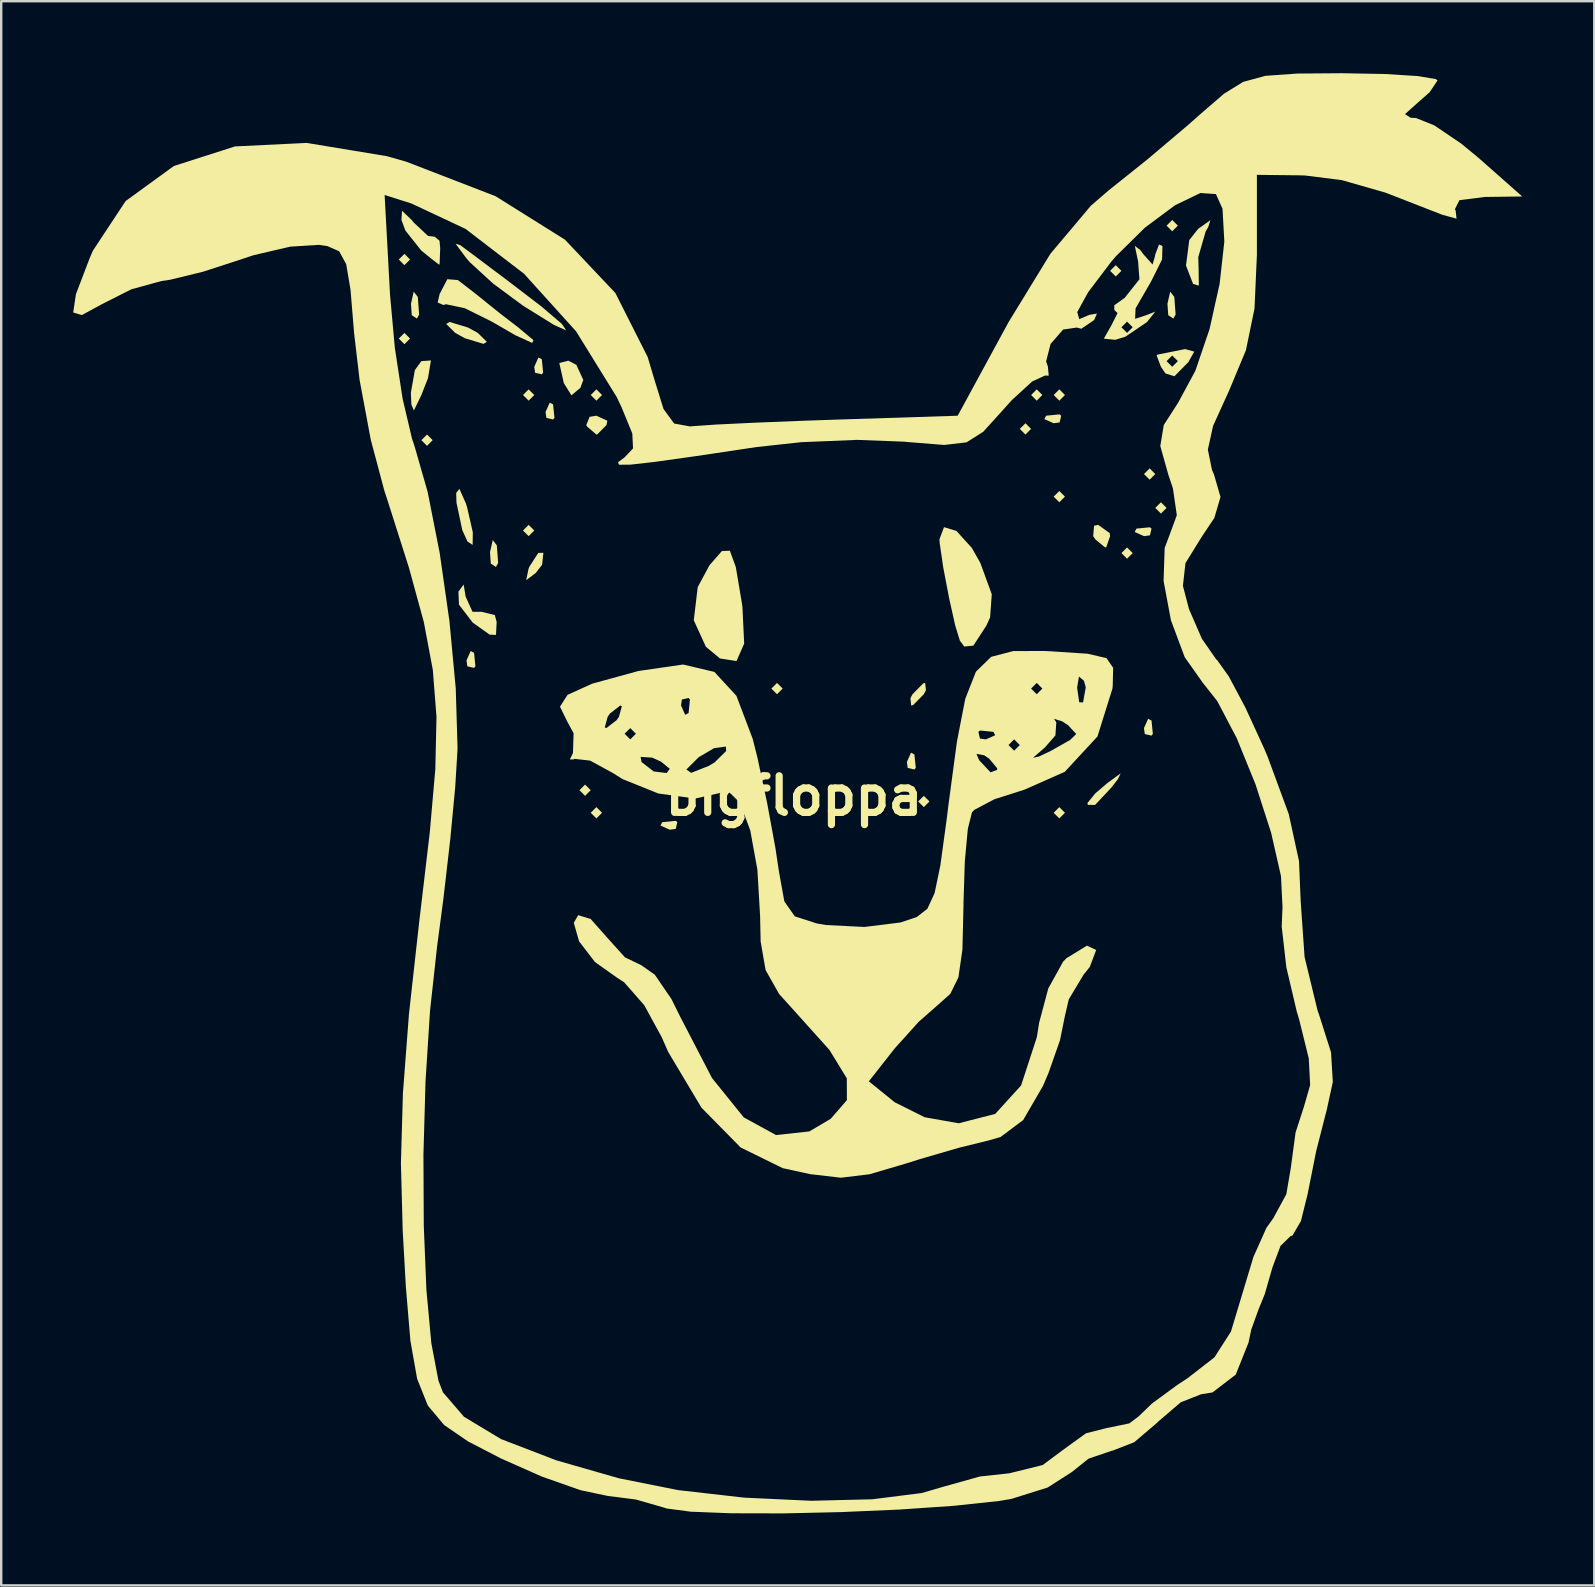
<source format=kicad_pcb>
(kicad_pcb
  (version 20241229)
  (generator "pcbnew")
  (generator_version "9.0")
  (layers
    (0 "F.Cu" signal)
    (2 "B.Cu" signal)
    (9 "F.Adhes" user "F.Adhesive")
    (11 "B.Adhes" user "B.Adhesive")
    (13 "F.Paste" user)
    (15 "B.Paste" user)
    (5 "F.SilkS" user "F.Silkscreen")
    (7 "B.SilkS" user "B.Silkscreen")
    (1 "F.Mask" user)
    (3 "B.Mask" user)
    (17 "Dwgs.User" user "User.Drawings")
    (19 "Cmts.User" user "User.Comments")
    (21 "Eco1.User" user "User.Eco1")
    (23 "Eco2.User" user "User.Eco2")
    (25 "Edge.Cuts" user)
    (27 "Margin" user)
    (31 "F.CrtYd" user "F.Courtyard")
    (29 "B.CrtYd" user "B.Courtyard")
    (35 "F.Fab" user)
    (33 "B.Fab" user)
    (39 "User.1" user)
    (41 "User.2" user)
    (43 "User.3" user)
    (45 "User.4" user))
  (footprint "bigfloppa"
    (layer "F.Cu")
    (at 30.026 30.104)
    (property "Reference" "bigfloppa" (at 0 0 0) (layer "F.SilkS") (effects (font (size 1.524 1.524) (thickness 0.3))))
    (attr board_only exclude_from_pos_files exclude_from_bom)
    (fp_poly (pts (xy -15.993 -22.343) (xy -16.228 -22.107) (xy -16.463 -22.343) (xy -16.228 -22.578)) (stroke (width 0) (type solid)) (fill yes) (layer "F.SilkS"))
    (fp_poly (pts (xy -15.993 -19.05) (xy -16.228 -18.815) (xy -16.463 -19.05) (xy -16.228 -19.285)) (stroke (width 0) (type solid)) (fill yes) (layer "F.SilkS"))
    (fp_poly (pts (xy -15.052 -14.817) (xy -15.287 -14.581) (xy -15.522 -14.817) (xy -15.287 -15.052)) (stroke (width 0) (type solid)) (fill yes) (layer "F.SilkS"))
    (fp_poly (pts (xy -10.819 -16.698) (xy -11.054 -16.463) (xy -11.289 -16.698) (xy -11.054 -16.933)) (stroke (width 0) (type solid)) (fill yes) (layer "F.SilkS"))
    (fp_poly (pts (xy -10.819 -11.054) (xy -11.054 -10.819) (xy -11.289 -11.054) (xy -11.054 -11.289)) (stroke (width 0) (type solid)) (fill yes) (layer "F.SilkS"))
    (fp_poly (pts (xy -8.467 -0.235) (xy -8.702 0) (xy -8.937 -0.235) (xy -8.702 -0.47)) (stroke (width 0) (type solid)) (fill yes) (layer "F.SilkS"))
    (fp_poly (pts (xy -7.996 -16.698) (xy -8.231 -16.463) (xy -8.467 -16.698) (xy -8.231 -16.933)) (stroke (width 0) (type solid)) (fill yes) (layer "F.SilkS"))
    (fp_poly (pts (xy -7.996 0.706) (xy -8.231 0.941) (xy -8.467 0.706) (xy -8.231 0.47)) (stroke (width 0) (type solid)) (fill yes) (layer "F.SilkS"))
    (fp_poly (pts (xy -0.47 -4.469) (xy -0.706 -4.233) (xy -0.941 -4.469) (xy -0.706 -4.704)) (stroke (width 0) (type solid)) (fill yes) (layer "F.SilkS"))
    (fp_poly (pts (xy 5.644 0.235) (xy 5.409 0.47) (xy 5.174 0.235) (xy 5.409 0)) (stroke (width 0) (type solid)) (fill yes) (layer "F.SilkS"))
    (fp_poly (pts (xy 9.878 -15.287) (xy 9.643 -15.052) (xy 9.407 -15.287) (xy 9.643 -15.522)) (stroke (width 0) (type solid)) (fill yes) (layer "F.SilkS"))
    (fp_poly (pts (xy 10.348 -16.698) (xy 10.113 -16.463) (xy 9.878 -16.698) (xy 10.113 -16.933)) (stroke (width 0) (type solid)) (fill yes) (layer "F.SilkS"))
    (fp_poly (pts (xy 11.289 -16.698) (xy 11.054 -16.463) (xy 10.819 -16.698) (xy 11.054 -16.933)) (stroke (width 0) (type solid)) (fill yes) (layer "F.SilkS"))
    (fp_poly (pts (xy 11.289 -12.465) (xy 11.054 -12.23) (xy 10.819 -12.465) (xy 11.054 -12.7)) (stroke (width 0) (type solid)) (fill yes) (layer "F.SilkS"))
    (fp_poly (pts (xy 11.289 0.706) (xy 11.054 0.941) (xy 10.819 0.706) (xy 11.054 0.47)) (stroke (width 0) (type solid)) (fill yes) (layer "F.SilkS"))
    (fp_poly (pts (xy 13.641 -21.872) (xy 13.406 -21.637) (xy 13.17 -21.872) (xy 13.406 -22.107)) (stroke (width 0) (type solid)) (fill yes) (layer "F.SilkS"))
    (fp_poly (pts (xy 14.111 -10.113) (xy 13.876 -9.878) (xy 13.641 -10.113) (xy 13.876 -10.348)) (stroke (width 0) (type solid)) (fill yes) (layer "F.SilkS"))
    (fp_poly (pts (xy 15.052 -13.406) (xy 14.817 -13.17) (xy 14.581 -13.406) (xy 14.817 -13.641)) (stroke (width 0) (type solid)) (fill yes) (layer "F.SilkS"))
    (fp_poly (pts (xy 15.522 -11.994) (xy 15.287 -11.759) (xy 15.052 -11.994) (xy 15.287 -12.23)) (stroke (width 0) (type solid)) (fill yes) (layer "F.SilkS"))
    (fp_poly (pts (xy 15.993 -23.754) (xy 15.757 -23.519) (xy 15.522 -23.754) (xy 15.757 -23.989)) (stroke (width 0) (type solid)) (fill yes) (layer "F.SilkS"))
    (fp_poly (pts (xy -15.671 -20.784) (xy -15.615 -20.049) (xy -15.708 -19.883) (xy -15.922 -20.023) (xy -15.955 -20.5) (xy -15.841 -21.002)) (stroke (width 0) (type solid)) (fill yes) (layer "F.SilkS"))
    (fp_poly (pts (xy -13.327 -5.958) (xy -13.271 -5.4) (xy -13.327 -5.331) (xy -13.607 -5.395) (xy -13.641 -5.644) (xy -13.469 -6.032)) (stroke (width 0) (type solid)) (fill yes) (layer "F.SilkS"))
    (fp_poly (pts (xy -12.379 -10.436) (xy -12.323 -9.701) (xy -12.416 -9.535) (xy -12.63 -9.675) (xy -12.663 -10.152) (xy -12.548 -10.654)) (stroke (width 0) (type solid)) (fill yes) (layer "F.SilkS"))
    (fp_poly (pts (xy -10.505 -18.188) (xy -10.449 -17.629) (xy -10.505 -17.56) (xy -10.785 -17.625) (xy -10.819 -17.874) (xy -10.646 -18.261)) (stroke (width 0) (type solid)) (fill yes) (layer "F.SilkS"))
    (fp_poly (pts (xy -10.035 -16.306) (xy -9.978 -15.748) (xy -10.035 -15.679) (xy -10.314 -15.744) (xy -10.348 -15.993) (xy -10.176 -16.38)) (stroke (width 0) (type solid)) (fill yes) (layer "F.SilkS"))
    (fp_poly (pts (xy -4.86 1.098) (xy -4.925 1.377) (xy -5.174 1.411) (xy -5.561 1.239) (xy -5.488 1.098) (xy -4.929 1.041)) (stroke (width 0) (type solid)) (fill yes) (layer "F.SilkS"))
    (fp_poly (pts (xy 5.017 -1.725) (xy 5.074 -1.166) (xy 5.017 -1.098) (xy 4.738 -1.162) (xy 4.704 -1.411) (xy 4.876 -1.798)) (stroke (width 0) (type solid)) (fill yes) (layer "F.SilkS"))
    (fp_poly (pts (xy 11.132 -15.836) (xy 11.068 -15.556) (xy 10.819 -15.522) (xy 10.431 -15.694) (xy 10.505 -15.836) (xy 11.063 -15.892)) (stroke (width 0) (type solid)) (fill yes) (layer "F.SilkS"))
    (fp_poly (pts (xy 14.895 -11.132) (xy 14.83 -10.852) (xy 14.581 -10.819) (xy 14.194 -10.991) (xy 14.268 -11.132) (xy 14.826 -11.188)) (stroke (width 0) (type solid)) (fill yes) (layer "F.SilkS"))
    (fp_poly (pts (xy 14.895 -3.136) (xy 14.951 -2.578) (xy 14.895 -2.509) (xy 14.615 -2.573) (xy 14.581 -2.822) (xy 14.754 -3.209)) (stroke (width 0) (type solid)) (fill yes) (layer "F.SilkS"))
    (fp_poly (pts (xy 15.844 -20.784) (xy 15.9 -20.049) (xy 15.806 -19.883) (xy 15.593 -20.023) (xy 15.559 -20.5) (xy 15.674 -21.002)) (stroke (width 0) (type solid)) (fill yes) (layer "F.SilkS"))
    (fp_poly (pts (xy -10.492 -9.628) (xy -10.76 -9.282) (xy -11.156 -8.985) (xy -11.057 -9.456) (xy -11.023 -9.545) (xy -10.651 -10.121) (xy -10.439 -10.125)) (stroke (width 0) (type solid)) (fill yes) (layer "F.SilkS"))
    (fp_poly (pts (xy -9.066 -17.954) (xy -8.776 -17.326) (xy -8.896 -16.999) (xy -9.271 -16.685) (xy -9.588 -17.196) (xy -9.776 -18.032) (xy -9.398 -18.128)) (stroke (width 0) (type solid)) (fill yes) (layer "F.SilkS"))
    (fp_poly (pts (xy -15.246 -17.401) (xy -15.522 -16.698) (xy -15.834 -16.053) (xy -15.939 -16.302) (xy -15.96 -16.788) (xy -15.794 -17.735) (xy -15.522 -18.109) (xy -15.123 -18.138)) (stroke (width 0) (type solid)) (fill yes) (layer "F.SilkS"))
    (fp_poly (pts (xy -13.573 -19.507) (xy -13.17 -19.285) (xy -12.794 -18.912) (xy -12.935 -18.829) (xy -13.708 -19.063) (xy -14.111 -19.285) (xy -14.488 -19.658) (xy -14.346 -19.741)) (stroke (width 0) (type solid)) (fill yes) (layer "F.SilkS"))
    (fp_poly (pts (xy -7.774 -15.627) (xy -7.81 -15.444) (xy -8.195 -15.058) (xy -8.231 -15.052) (xy -8.607 -15.374) (xy -8.653 -15.444) (xy -8.513 -15.79) (xy -8.231 -15.836)) (stroke (width 0) (type solid)) (fill yes) (layer "F.SilkS"))
    (fp_poly (pts (xy 5.497 -4.4) (xy 5.409 -4.233) (xy 4.966 -3.784) (xy 4.883 -3.763) (xy 4.851 -4.067) (xy 4.939 -4.233) (xy 5.382 -4.683) (xy 5.465 -4.704)) (stroke (width 0) (type solid)) (fill yes) (layer "F.SilkS"))
    (fp_poly (pts (xy 13.151 -10.947) (xy 13.17 -10.819) (xy 13.01 -10.36) (xy 12.963 -10.348) (xy 12.561 -10.678) (xy 12.465 -10.819) (xy 12.502 -11.252) (xy 12.672 -11.289)) (stroke (width 0) (type solid)) (fill yes) (layer "F.SilkS"))
    (fp_poly (pts (xy 13.493 -0.694) (xy 13.23 -0.353) (xy 12.544 0.379) (xy 12.237 0.375) (xy 12.23 0.293) (xy 12.551 -0.1) (xy 13.053 -0.53) (xy 13.61 -0.937)) (stroke (width 0) (type solid)) (fill yes) (layer "F.SilkS"))
    (fp_poly (pts (xy -13.664 -12.172) (xy -13.616 -12.018) (xy -13.38 -10.982) (xy -13.386 -10.454) (xy -13.602 -10.596) (xy -13.818 -11.072) (xy -14.06 -12.216) (xy -14.071 -12.621) (xy -13.937 -12.788)) (stroke (width 0) (type solid)) (fill yes) (layer "F.SilkS"))
    (fp_poly (pts (xy 17.254 -23.687) (xy 17.153 -23.519) (xy 16.843 -22.442) (xy 16.857 -21.99) (xy 16.866 -21.254) (xy 16.626 -21.328) (xy 16.331 -22.09) (xy 16.468 -23.152) (xy 16.837 -23.619) (xy 17.349 -23.983)) (stroke (width 0) (type solid)) (fill yes) (layer "F.SilkS"))
    (fp_poly (pts (xy -13.678 -8.299) (xy -13.391 -7.667) (xy -13.014 -7.666) (xy -12.462 -7.531) (xy -12.386 -7.246) (xy -12.413 -6.704) (xy -12.677 -6.715) (xy -13.38 -7.214) (xy -13.956 -7.966) (xy -13.978 -8.508) (xy -13.76 -8.803)) (stroke (width 0) (type solid)) (fill yes) (layer "F.SilkS"))
    (fp_poly (pts (xy -2.423 -9.532) (xy -2.172 -8.043) (xy -2.148 -7.879) (xy -2.074 -6.343) (xy -2.394 -5.614) (xy -3.082 -5.722) (xy -3.669 -6.209) (xy -4.174 -7.314) (xy -4.01 -8.694) (xy -3.518 -9.608) (xy -3.003 -10.198) (xy -2.669 -10.211)) (stroke (width 0) (type solid)) (fill yes) (layer "F.SilkS"))
    (fp_poly (pts (xy -15.92 -23.984) (xy -15.835 -23.879) (xy -15.245 -23.326) (xy -14.966 -23.291) (xy -14.767 -23.128) (xy -14.738 -22.813) (xy -14.76 -22.194) (xy -14.777 -22.122) (xy -15.119 -22.386) (xy -15.522 -22.712) (xy -16.189 -23.55) (xy -16.352 -23.991) (xy -16.328 -24.375)) (stroke (width 0) (type solid)) (fill yes) (layer "F.SilkS"))
    (fp_poly (pts (xy -14.002 -21.487) (xy -13.293 -20.94) (xy -12.217 -20.075) (xy -11.524 -19.544) (xy -10.851 -18.982) (xy -10.907 -18.869) (xy -11.605 -19.187) (xy -12.611 -19.768) (xy -13.712 -20.313) (xy -14.498 -20.48) (xy -14.604 -20.447) (xy -14.843 -20.55) (xy -14.761 -20.907) (xy -14.441 -21.523)) (stroke (width 0) (type solid)) (fill yes) (layer "F.SilkS"))
    (fp_poly (pts (xy -13.906 -22.943) (xy -13.412 -22.578) (xy -12.493 -21.887) (xy -12.001 -21.519) (xy -10.516 -20.383) (xy -9.669 -19.66) (xy -9.488 -19.391) (xy -9.996 -19.617) (xy -11.221 -20.377) (xy -11.297 -20.426) (xy -12.533 -21.34) (xy -13.505 -22.23) (xy -13.649 -22.398) (xy -14.096 -22.999)) (stroke (width 0) (type solid)) (fill yes) (layer "F.SilkS"))
    (fp_poly (pts (xy 6.768 -11.036) (xy 7.41 -10.328) (xy 7.762 -9.707) (xy 8.24 -8.398) (xy 8.171 -7.436) (xy 8.016 -7.092) (xy 7.475 -6.259) (xy 7.093 -6.219) (xy 6.91 -6.468) (xy 6.717 -7.098) (xy 6.459 -8.254) (xy 6.216 -9.532) (xy 6.071 -10.529) (xy 6.059 -10.685) (xy 6.251 -11.193)) (stroke (width 0) (type solid)) (fill yes) (layer "F.SilkS"))
    (fp_poly (pts (xy 16.675 -18.506) (xy 16.432 -18.071) (xy 15.848 -17.479) (xy 15.478 -17.595) (xy 15.287 -17.874) (xy 15.198 -18.109) (xy 15.522 -18.109) (xy 15.757 -17.874) (xy 15.993 -18.109) (xy 15.757 -18.344) (xy 15.522 -18.109) (xy 15.198 -18.109) (xy 15.11 -18.341) (xy 15.142 -18.38) (xy 16.294 -18.612)) (stroke (width 0) (type solid)) (fill yes) (layer "F.SilkS"))
    (fp_poly (pts (xy 15.351 -22.906) (xy 15.335 -22.348) (xy 14.88 -21.433) (xy 14.232 -20.311) (xy 14.211 -19.872) (xy 14.699 -20.032) (xy 15.051 -20.172) (xy 14.718 -19.751) (xy 14.704 -19.735) (xy 13.804 -19.126) (xy 13.384 -18.998) (xy 12.909 -19.046) (xy 13.178 -19.52) (xy 13.641 -19.52) (xy 13.876 -19.285) (xy 14.111 -19.52) (xy 13.876 -19.756) (xy 13.641 -19.52) (xy 13.178 -19.52) (xy 13.195 -19.55) (xy 13.202 -19.558) (xy 13.48 -20.111) (xy 13.346 -20.24) (xy 13.345 -20.438) (xy 13.779 -20.746) (xy 14.392 -21.52) (xy 14.336 -22.26) (xy 14.201 -22.909) (xy 14.428 -22.738) (xy 14.543 -22.578) (xy 14.939 -22.134) (xy 15.044 -22.498) (xy 15.045 -22.539) (xy 15.208 -22.968)) (stroke (width 0) (type solid)) (fill yes) (layer "F.SilkS"))
    (fp_poly (pts (xy 10.73 -6.02) (xy 12.238 -5.92) (xy 13.021 -5.735) (xy 13.297 -5.333) (xy 13.279 -4.584) (xy 13.268 -4.469) (xy 12.643 -2.472) (xy 11.281 -1) (xy 9.598 -0.256) (xy 8.343 0.145) (xy 7.515 0.583) (xy 7.416 0.685) (xy 7.244 1.372) (xy 7.118 2.718) (xy 7.063 4.44) (xy 7.063 4.559) (xy 7.017 6.411) (xy 6.851 7.562) (xy 6.512 8.25) (xy 6.132 8.59) (xy 5.195 9.415) (xy 4.199 10.52) (xy 4.164 10.565) (xy 3.119 11.893) (xy 4.199 12.767) (xy 5.446 13.39) (xy 6.862 13.641) (xy 8.383 13.251) (xy 9.462 12.065) (xy 10.117 10.058) (xy 10.215 9.445) (xy 10.595 8.023) (xy 11.212 6.91) (xy 11.351 6.764) (xy 12.205 6.241) (xy 12.59 6.42) (xy 12.323 7.13) (xy 12.07 7.442) (xy 11.448 8.478) (xy 11.279 9.209) (xy 11.083 10.179) (xy 10.604 11.546) (xy 10.368 12.095) (xy 9.548 13.507) (xy 8.608 14.211) (xy 8.144 14.347) (xy 6.864 14.663) (xy 5.249 15.133) (xy 4.704 15.306) (xy 3.144 15.765) (xy 1.956 15.909) (xy 0.659 15.758) (xy -0.47 15.51) (xy -2.222 14.649) (xy -3.855 12.989) (xy -5.239 10.67) (xy -5.512 10.05) (xy -6.237 8.723) (xy -7.077 7.765) (xy -7.375 7.573) (xy -8.291 6.923) (xy -8.951 6.063) (xy -9.173 5.291) (xy -8.99 4.971) (xy -8.469 5.131) (xy -7.806 5.878) (xy -7.802 5.884) (xy -7.042 6.727) (xy -6.361 7.056) (xy -5.797 7.452) (xy -5.107 8.461) (xy -4.743 9.193) (xy -3.415 11.755) (xy -2.092 13.395) (xy -0.749 14.131) (xy 0.641 13.98) (xy 1.529 13.456) (xy 2.205 12.677) (xy 2.201 11.768) (xy 1.479 10.587) (xy 0.47 9.464) (xy -0.621 8.251) (xy -1.183 7.256) (xy -1.388 6.069) (xy -1.411 5.009) (xy -1.523 3.081) (xy -1.819 1.447) (xy -2.244 0.293) (xy -2.74 -0.193) (xy -2.972 -0.143) (xy -4.121 0.113) (xy -5.646 -0.096) (xy -7.15 -0.701) (xy -7.524 -0.939) (xy -8.492 -1.468) (xy -9.145 -1.541) (xy -9.183 -1.515) (xy -9.334 -1.519) (xy -9.284 -1.623) (xy -6.39 -1.623) (xy -6.347 -1.406) (xy -5.844 -1.016) (xy -5.304 -0.95) (xy -5.195 -1.097) (xy -4.483 -1.097) (xy -4.284 -0.957) (xy -3.554 -1.245) (xy -3.306 -1.393) (xy -2.825 -1.867) (xy -2.837 -2.053) (xy -3.334 -1.984) (xy -3.971 -1.608) (xy -4.483 -1.097) (xy -5.195 -1.097) (xy -5.174 -1.126) (xy -5.543 -1.428) (xy -5.904 -1.591) (xy -6.39 -1.623) (xy -9.284 -1.623) (xy -9.207 -1.784) (xy -9.181 -2.587) (xy -7.056 -2.587) (xy -6.82 -2.352) (xy -6.585 -2.587) (xy -6.82 -2.822) (xy -7.056 -2.587) (xy -9.181 -2.587) (xy -9.18 -2.606) (xy -9.313 -2.853) (xy -7.881 -2.853) (xy -7.817 -2.822) (xy -7.387 -3.153) (xy -7.291 -3.293) (xy -7.171 -3.732) (xy -7.235 -3.763) (xy -4.704 -3.763) (xy -4.532 -3.376) (xy -4.39 -3.449) (xy -4.334 -4.008) (xy -4.39 -4.077) (xy -4.67 -4.012) (xy -4.704 -3.763) (xy -7.235 -3.763) (xy -7.664 -3.432) (xy -7.761 -3.293) (xy -7.881 -2.853) (xy -9.313 -2.853) (xy -9.454 -3.114) (xy -9.748 -3.714) (xy -9.432 -4.209) (xy -8.4 -4.674) (xy -6.547 -5.183) (xy -6.46 -5.204) (xy -4.618 -5.471) (xy -3.314 -5.162) (xy -2.398 -4.167) (xy -1.72 -2.377) (xy -1.526 -1.609) (xy -1.116 0.305) (xy -0.769 2.197) (xy -0.628 3.141) (xy -0.401 4.399) (xy 0.036 5.022) (xy 0.95 5.316) (xy 1.338 5.382) (xy 2.932 5.462) (xy 4.419 5.278) (xy 4.467 5.265) (xy 5.119 5.047) (xy 5.558 4.705) (xy 5.86 4.05) (xy 6.099 2.895) (xy 6.352 1.05) (xy 6.441 0.335) (xy 6.72 -1.747) (xy 7.602 -1.747) (xy 7.716 -1.484) (xy 8.19 -0.979) (xy 8.462 -1.082) (xy 8.467 -1.148) (xy 8.133 -1.546) (xy 8.077 -1.585) (xy 9.958 -1.585) (xy 10.201 -1.636) (xy 10.701 -1.872) (xy 11.502 -2.327) (xy 11.759 -2.576) (xy 11.418 -2.945) (xy 11.171 -3.105) (xy 10.835 -3.208) (xy 10.929 -3.062) (xy 10.891 -2.515) (xy 10.458 -2.02) (xy 9.958 -1.585) (xy 8.077 -1.585) (xy 7.924 -1.691) (xy 7.602 -1.747) (xy 6.72 -1.747) (xy 6.77 -2.117) (xy 8.937 -2.117) (xy 9.172 -1.881) (xy 9.407 -2.117) (xy 9.172 -2.352) (xy 8.937 -2.117) (xy 6.77 -2.117) (xy 6.788 -2.251) (xy 6.868 -2.665) (xy 7.683 -2.665) (xy 7.747 -2.386) (xy 7.996 -2.352) (xy 8.383 -2.524) (xy 8.31 -2.665) (xy 7.752 -2.722) (xy 7.683 -2.665) (xy 6.868 -2.665) (xy 7.136 -4.041) (xy 7.304 -4.469) (xy 9.878 -4.469) (xy 10.113 -4.233) (xy 10.348 -4.469) (xy 10.309 -4.508) (xy 11.796 -4.508) (xy 11.883 -3.898) (xy 12.043 -3.89) (xy 12.156 -4.52) (xy 12.081 -4.792) (xy 11.872 -4.97) (xy 11.796 -4.508) (xy 10.309 -4.508) (xy 10.113 -4.704) (xy 9.878 -4.469) (xy 7.304 -4.469) (xy 7.581 -5.174) (xy 8.216 -5.791) (xy 9.137 -6.031) (xy 10.436 -6.034)) (stroke (width 0) (type solid)) (fill yes) (layer "F.SilkS"))
    (fp_poly (pts (xy 24.621 -30.071) (xy 26.002 -29.984) (xy 26.743 -29.858) (xy 26.811 -29.803) (xy 26.482 -29.312) (xy 25.988 -28.877) (xy 25.455 -28.399) (xy 25.691 -28.247) (xy 25.91 -28.237) (xy 26.67 -27.934) (xy 27.793 -27.175) (xy 28.497 -26.596) (xy 30.339 -24.969) (xy 28.782 -24.949) (xy 27.722 -24.815) (xy 27.534 -24.439) (xy 27.566 -24.379) (xy 27.601 -24.044) (xy 27.006 -24.208) (xy 24.644 -25.128) (xy 22.827 -25.649) (xy 21.286 -25.844) (xy 21.049 -25.85) (xy 19.285 -25.87) (xy 19.285 -22.528) (xy 19.186 -20.301) (xy 18.828 -18.562) (xy 18.124 -16.874) (xy 17.46 -15.413) (xy 17.242 -14.424) (xy 17.413 -13.584) (xy 17.499 -13.385) (xy 17.769 -12.45) (xy 17.513 -11.578) (xy 16.984 -10.787) (xy 16.309 -9.694) (xy 16.203 -8.749) (xy 16.457 -7.778) (xy 16.993 -6.546) (xy 17.587 -5.69) (xy 17.633 -5.65) (xy 18.114 -4.977) (xy 18.804 -3.68) (xy 19.57 -2.012) (xy 19.737 -1.618) (xy 20.613 0.761) (xy 21.04 2.719) (xy 21.109 4.384) (xy 21.271 6.711) (xy 21.814 8.949) (xy 21.872 9.107) (xy 22.374 10.686) (xy 22.448 11.921) (xy 22.198 13.069) (xy 21.756 14.796) (xy 21.408 16.542) (xy 21.401 16.581) (xy 21.12 17.713) (xy 20.769 18.315) (xy 20.684 18.344) (xy 20.27 18.747) (xy 19.935 19.638) (xy 19.613 20.757) (xy 19.351 21.402) (xy 19.048 22.244) (xy 18.937 22.776) (xy 18.404 24.111) (xy 17.436 24.853) (xy 16.961 24.93) (xy 16.115 25.263) (xy 15.172 26.069) (xy 15.14 26.106) (xy 14.178 26.926) (xy 13.269 27.281) (xy 13.246 27.281) (xy 12.273 27.612) (xy 11.565 28.177) (xy 10.566 28.815) (xy 9.057 29.289) (xy 8.552 29.375) (xy 6.668 29.576) (xy 4.397 29.733) (xy 1.951 29.839) (xy -0.455 29.893) (xy -2.609 29.888) (xy -4.296 29.822) (xy -5.304 29.689) (xy -5.409 29.653) (xy -6.587 29.315) (xy -7.761 29.165) (xy -8.896 28.925) (xy -10.505 28.358) (xy -12.209 27.603) (xy -13.581 26.892) (xy -14.572 26.213) (xy -15.254 25.399) (xy -15.699 24.283) (xy -15.98 22.695) (xy -16.167 20.47) (xy -16.3 18.109) (xy -16.374 15.311) (xy -16.291 12.388) (xy -16.038 9.08) (xy -15.599 5.13) (xy -15.562 4.831) (xy -15.171 1.515) (xy -14.941 -1.11) (xy -14.892 -3.285) (xy -15.045 -5.25) (xy -15.421 -7.245) (xy -16.041 -9.508) (xy -16.923 -12.281) (xy -17.061 -12.7) (xy -17.63 -14.836) (xy -18.095 -17.321) (xy -18.325 -19.285) (xy -18.474 -21.084) (xy -18.654 -22.149) (xy -18.947 -22.686) (xy -19.436 -22.901) (xy -19.797 -22.954) (xy -20.986 -22.879) (xy -22.522 -22.52) (xy -23.09 -22.33) (xy -24.623 -21.833) (xy -25.989 -21.5) (xy -26.35 -21.447) (xy -27.607 -21.101) (xy -28.819 -20.489) (xy -29.666 -20.028) (xy -30.026 -20.137) (xy -29.913 -20.898) (xy -29.342 -22.394) (xy -29.208 -22.708) (xy -27.841 -24.78) (xy -27.495 -25.031) (xy -17.053 -25.031) (xy -16.827 -20.865) (xy -16.628 -18.666) (xy -16.304 -16.546) (xy -15.914 -14.887) (xy -15.811 -14.581) (xy -15.259 -12.656) (xy -14.758 -10.114) (xy -14.353 -7.28) (xy -14.09 -4.48) (xy -14.016 -2.036) (xy -14.019 -1.881) (xy -14.113 -0.348) (xy -14.318 1.805) (xy -14.602 4.269) (xy -14.868 6.284) (xy -15.161 8.948) (xy -15.349 11.897) (xy -15.436 14.946) (xy -15.422 17.905) (xy -15.312 20.587) (xy -15.107 22.803) (xy -14.81 24.366) (xy -14.625 24.847) (xy -13.747 25.867) (xy -12.205 26.796) (xy -9.901 27.682) (xy -7.291 28.431) (xy -4.824 28.923) (xy -2.07 29.237) (xy 0.712 29.367) (xy 3.261 29.305) (xy 5.32 29.045) (xy 6.263 28.771) (xy 7.75 28.355) (xy 8.972 28.222) (xy 10.361 27.879) (xy 11.163 27.281) (xy 12.164 26.556) (xy 13.012 26.341) (xy 13.972 26.143) (xy 14.358 25.851) (xy 14.92 25.311) (xy 15.964 24.545) (xy 16.385 24.27) (xy 17.516 23.392) (xy 18.204 22.32) (xy 18.677 20.748) (xy 19.138 19.216) (xy 19.682 17.997) (xy 19.971 17.591) (xy 20.512 16.595) (xy 20.696 15.511) (xy 20.896 14.026) (xy 21.242 12.959) (xy 21.504 12.049) (xy 21.446 10.937) (xy 21.045 9.316) (xy 20.946 8.985) (xy 20.512 7.143) (xy 20.319 5.446) (xy 20.352 4.633) (xy 20.289 3.344) (xy 19.879 1.541) (xy 19.229 -0.475) (xy 18.445 -2.404) (xy 17.634 -3.948) (xy 17.036 -4.704) (xy 16.279 -5.774) (xy 15.705 -7.312) (xy 15.398 -8.952) (xy 15.443 -10.329) (xy 15.624 -10.806) (xy 15.949 -11.691) (xy 15.788 -12.803) (xy 15.598 -13.372) (xy 15.261 -14.573) (xy 15.406 -15.448) (xy 16 -16.372) (xy 16.72 -17.704) (xy 17.314 -19.447) (xy 17.733 -21.333) (xy 17.929 -23.092) (xy 17.853 -24.457) (xy 17.579 -25.068) (xy 16.93 -25.113) (xy 15.872 -24.601) (xy 14.625 -23.675) (xy 13.409 -22.476) (xy 13.213 -22.245) (xy 12.258 -20.984) (xy 11.801 -20.154) (xy 11.885 -19.859) (xy 12.302 -20.036) (xy 12.624 -20.092) (xy 12.505 -19.821) (xy 11.972 -19.459) (xy 11.78 -19.508) (xy 11.212 -19.425) (xy 10.69 -18.825) (xy 10.504 -18.101) (xy 10.578 -17.883) (xy 10.613 -17.503) (xy 10.459 -17.51) (xy 9.922 -17.261) (xy 9.074 -16.484) (xy 8.687 -16.053) (xy 7.888 -15.17) (xy 7.19 -14.727) (xy 6.26 -14.618) (xy 4.76 -14.737) (xy 4.591 -14.754) (xy 2.63 -14.829) (xy 0.303 -14.733) (xy -1.551 -14.531) (xy -4.069 -14.155) (xy -5.782 -13.914) (xy -6.814 -13.797) (xy -7.289 -13.794) (xy -7.33 -13.897) (xy -7.067 -14.091) (xy -6.704 -14.474) (xy -6.735 -15.096) (xy -7.192 -16.21) (xy -7.389 -16.621) (xy -9.076 -19.35) (xy -11.247 -21.751) (xy -13.683 -23.619) (xy -15.935 -24.676) (xy -17.053 -25.031) (xy -27.495 -25.031) (xy -25.835 -26.238) (xy -23.288 -27.054) (xy -20.298 -27.2) (xy -16.96 -26.648) (xy -16.16 -26.421) (xy -12.43 -24.98) (xy -9.538 -23.168) (xy -7.44 -20.947) (xy -6.094 -18.28) (xy -5.842 -17.432) (xy -5.435 -16.117) (xy -4.992 -15.51) (xy -4.331 -15.39) (xy -4.173 -15.403) (xy -3.244 -15.467) (xy -1.632 -15.545) (xy 0.406 -15.626) (xy 1.881 -15.677) (xy 6.82 -15.835) (xy 8.947 -19.747) (xy 10.683 -22.582) (xy 12.369 -24.584) (xy 13.105 -25.219) (xy 14.727 -26.516) (xy 16.412 -27.941) (xy 16.977 -28.441) (xy 17.914 -29.249) (xy 18.709 -29.741) (xy 19.64 -29.995) (xy 20.981 -30.09) (xy 22.814 -30.104)) (stroke (width 0) (type solid)) (fill yes) (layer "F.SilkS")))
  (gr_rect
    (start -3 -3)
    (end 63.365 62.996)
    (stroke (width 0.1) (type default))
    (fill no)
    (layer "Edge.Cuts")))
</source>
